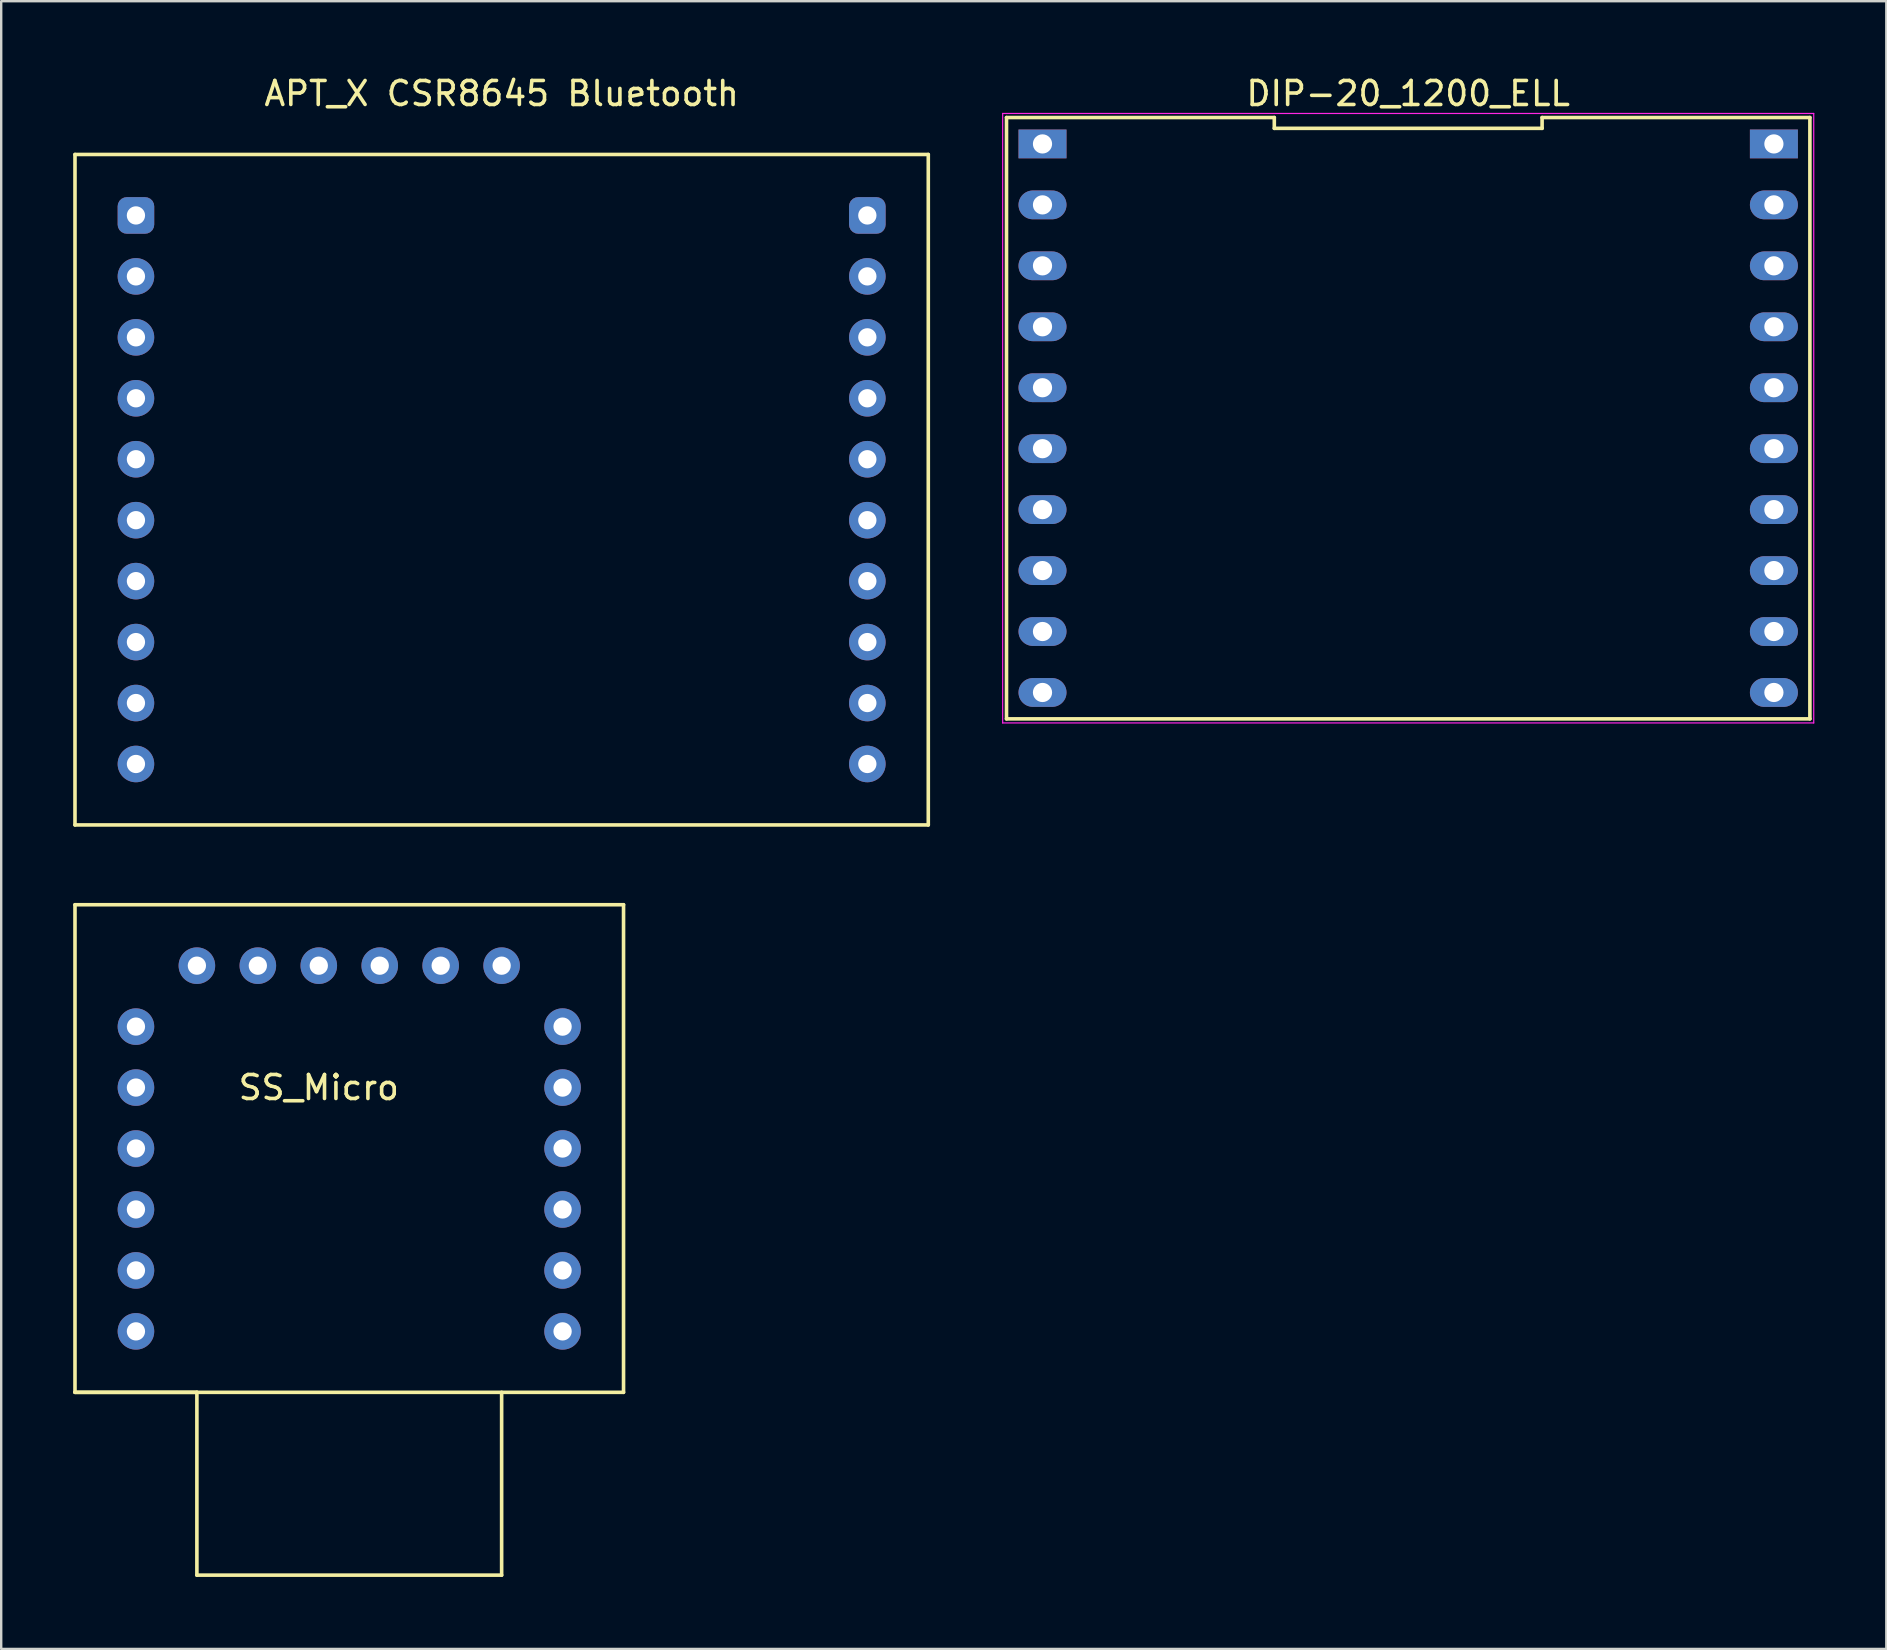
<source format=kicad_pcb>
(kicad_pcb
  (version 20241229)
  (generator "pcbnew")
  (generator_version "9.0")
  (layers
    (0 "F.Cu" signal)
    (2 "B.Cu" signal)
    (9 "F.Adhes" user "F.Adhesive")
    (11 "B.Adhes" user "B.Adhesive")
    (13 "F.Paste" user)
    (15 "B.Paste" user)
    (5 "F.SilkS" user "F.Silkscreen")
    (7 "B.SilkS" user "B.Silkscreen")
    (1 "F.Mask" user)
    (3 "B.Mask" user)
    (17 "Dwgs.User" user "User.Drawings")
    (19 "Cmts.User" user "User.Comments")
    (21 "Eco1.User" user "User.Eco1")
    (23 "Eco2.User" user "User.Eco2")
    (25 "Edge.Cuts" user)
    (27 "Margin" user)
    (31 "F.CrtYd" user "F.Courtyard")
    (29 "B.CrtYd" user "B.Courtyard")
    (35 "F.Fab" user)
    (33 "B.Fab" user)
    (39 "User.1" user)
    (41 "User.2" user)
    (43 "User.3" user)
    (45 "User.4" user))
  (footprint "DIP-20_1200_ELL"
    (layer "F.Cu")
    (at 55.635 14.378)
    (property "Reference" "DIP-20_1200_ELL" (at 0 -13.53 0) (layer "F.SilkS") (effects (font (size 1 1) (thickness 0.15))))
    (attr through_hole)
    (fp_line (start -16.74 -12.53) (end -16.74 12.53) (stroke (width 0.15) (type solid)) (layer "F.SilkS"))
    (fp_line (start -16.74 12.53) (end 16.74 12.53) (stroke (width 0.15) (type solid)) (layer "F.SilkS"))
    (fp_line (start -5.58 -12.53) (end -16.74 -12.53) (stroke (width 0.15) (type solid)) (layer "F.SilkS"))
    (fp_line (start -5.58 -12.08) (end -5.58 -12.53) (stroke (width 0.15) (type solid)) (layer "F.SilkS"))
    (fp_line (start 5.58 -12.53) (end 5.58 -12.08) (stroke (width 0.15) (type solid)) (layer "F.SilkS"))
    (fp_line (start 5.58 -12.08) (end -5.58 -12.08) (stroke (width 0.15) (type solid)) (layer "F.SilkS"))
    (fp_line (start 16.74 -12.53) (end 5.58 -12.53) (stroke (width 0.15) (type solid)) (layer "F.SilkS"))
    (fp_line (start 16.74 12.53) (end 16.74 -12.53) (stroke (width 0.15) (type solid)) (layer "F.SilkS"))
    (fp_line (start -16.9 -12.7) (end 16.9 -12.7) (stroke (width 0.05) (type solid)) (layer "F.CrtYd"))
    (fp_line (start -16.9 12.7) (end -16.9 -12.7) (stroke (width 0.05) (type solid)) (layer "F.CrtYd"))
    (fp_line (start 16.9 -12.7) (end 16.9 12.7) (stroke (width 0.05) (type solid)) (layer "F.CrtYd"))
    (fp_line (start 16.9 12.7) (end -16.9 12.7) (stroke (width 0.05) (type solid)) (layer "F.CrtYd"))
    (pad "1" thru_hole rect (at -15.24 -11.43 270) (size 1.2 2) (drill 0.8) (layers "*.Cu" "*.Mask"))
    (pad "2" thru_hole oval (at -15.24 -8.89 270) (size 1.2 2) (drill 0.8) (layers "*.Cu" "*.Mask"))
    (pad "3" thru_hole oval (at -15.24 -6.35 270) (size 1.2 2) (drill 0.8) (layers "*.Cu" "*.Mask"))
    (pad "4" thru_hole oval (at -15.24 -3.81 270) (size 1.2 2) (drill 0.8) (layers "*.Cu" "*.Mask"))
    (pad "5" thru_hole oval (at -15.24 -1.27 270) (size 1.2 2) (drill 0.8) (layers "*.Cu" "*.Mask"))
    (pad "6" thru_hole oval (at -15.24 1.27 270) (size 1.2 2) (drill 0.8) (layers "*.Cu" "*.Mask"))
    (pad "7" thru_hole oval (at -15.24 3.81 270) (size 1.2 2) (drill 0.8) (layers "*.Cu" "*.Mask"))
    (pad "8" thru_hole oval (at -15.24 6.35 270) (size 1.2 2) (drill 0.8) (layers "*.Cu" "*.Mask"))
    (pad "9" thru_hole oval (at -15.24 8.89 270) (size 1.2 2) (drill 0.8) (layers "*.Cu" "*.Mask"))
    (pad "10" thru_hole oval (at -15.24 11.43 270) (size 1.2 2) (drill 0.8) (layers "*.Cu" "*.Mask"))
    (pad "11" thru_hole oval (at 15.24 11.43 270) (size 1.2 2) (drill 0.8) (layers "*.Cu" "*.Mask"))
    (pad "12" thru_hole oval (at 15.24 8.89 270) (size 1.2 2) (drill 0.8) (layers "*.Cu" "*.Mask"))
    (pad "13" thru_hole oval (at 15.24 6.35 270) (size 1.2 2) (drill 0.8) (layers "*.Cu" "*.Mask"))
    (pad "14" thru_hole oval (at 15.24 3.81 270) (size 1.2 2) (drill 0.8) (layers "*.Cu" "*.Mask"))
    (pad "15" thru_hole oval (at 15.24 1.27 270) (size 1.2 2) (drill 0.8) (layers "*.Cu" "*.Mask"))
    (pad "16" thru_hole oval (at 15.24 -1.27 270) (size 1.2 2) (drill 0.8) (layers "*.Cu" "*.Mask"))
    (pad "17" thru_hole oval (at 15.24 -3.81 270) (size 1.2 2) (drill 0.8) (layers "*.Cu" "*.Mask"))
    (pad "18" thru_hole oval (at 15.24 -6.35 270) (size 1.2 2) (drill 0.8) (layers "*.Cu" "*.Mask"))
    (pad "19" thru_hole oval (at 15.24 -8.89 270) (size 1.2 2) (drill 0.8) (layers "*.Cu" "*.Mask"))
    (pad "20" thru_hole rect (at 15.24 -11.43 270) (size 1.2 2) (drill 0.8) (layers "*.Cu" "*.Mask")))
  (footprint "SS_Micro"
    (layer "F.Cu")
    (at 10.235 34.653)
    (property "Reference" "SS_Micro" (at 0 7.62 0) (layer "F.SilkS") (effects (font (size 1 1) (thickness 0.15))))
    (attr through_hole)
    (fp_line (start -10.16 0) (end 12.7 0) (stroke (width 0.15) (type solid)) (layer "F.SilkS"))
    (fp_line (start -10.16 20.32) (end -10.16 0) (stroke (width 0.15) (type solid)) (layer "F.SilkS"))
    (fp_line (start -10.16 20.32) (end -5.08 20.32) (stroke (width 0.15) (type solid)) (layer "F.SilkS"))
    (fp_line (start -5.08 20.32) (end -5.08 27.94) (stroke (width 0.15) (type solid)) (layer "F.SilkS"))
    (fp_line (start -5.08 27.94) (end 7.62 27.94) (stroke (width 0.15) (type solid)) (layer "F.SilkS"))
    (fp_line (start 7.62 27.94) (end 7.62 20.32) (stroke (width 0.15) (type solid)) (layer "F.SilkS"))
    (fp_line (start 12.7 0) (end 12.7 20.32) (stroke (width 0.15) (type solid)) (layer "F.SilkS"))
    (fp_line (start 12.7 20.32) (end -10.16 20.32) (stroke (width 0.15) (type solid)) (layer "F.SilkS"))
    (pad "1" thru_hole circle (at -7.62 17.78) (size 1.524 1.524) (drill 0.762) (layers "*.Cu" "*.Mask"))
    (pad "2" thru_hole circle (at -7.62 15.24) (size 1.524 1.524) (drill 0.762) (layers "*.Cu" "*.Mask"))
    (pad "3" thru_hole circle (at -7.62 12.7) (size 1.524 1.524) (drill 0.762) (layers "*.Cu" "*.Mask"))
    (pad "4" thru_hole circle (at -7.62 10.16) (size 1.524 1.524) (drill 0.762) (layers "*.Cu" "*.Mask"))
    (pad "5" thru_hole circle (at -7.62 7.62) (size 1.524 1.524) (drill 0.762) (layers "*.Cu" "*.Mask"))
    (pad "6" thru_hole circle (at -7.62 5.08) (size 1.524 1.524) (drill 0.762) (layers "*.Cu" "*.Mask"))
    (pad "7" thru_hole circle (at -5.08 2.54) (size 1.524 1.524) (drill 0.762) (layers "*.Cu" "*.Mask"))
    (pad "8" thru_hole circle (at -2.54 2.54) (size 1.524 1.524) (drill 0.762) (layers "*.Cu" "*.Mask"))
    (pad "9" thru_hole circle (at 0 2.54) (size 1.524 1.524) (drill 0.762) (layers "*.Cu" "*.Mask"))
    (pad "10" thru_hole circle (at 2.54 2.54) (size 1.524 1.524) (drill 0.762) (layers "*.Cu" "*.Mask"))
    (pad "11" thru_hole circle (at 5.08 2.54) (size 1.524 1.524) (drill 0.762) (layers "*.Cu" "*.Mask"))
    (pad "12" thru_hole circle (at 7.62 2.54) (size 1.524 1.524) (drill 0.762) (layers "*.Cu" "*.Mask"))
    (pad "13" thru_hole circle (at 10.16 5.08) (size 1.524 1.524) (drill 0.762) (layers "*.Cu" "*.Mask"))
    (pad "14" thru_hole circle (at 10.16 7.62) (size 1.524 1.524) (drill 0.762) (layers "*.Cu" "*.Mask"))
    (pad "15" thru_hole circle (at 10.16 10.16) (size 1.524 1.524) (drill 0.762) (layers "*.Cu" "*.Mask"))
    (pad "16" thru_hole circle (at 10.16 12.7) (size 1.524 1.524) (drill 0.762) (layers "*.Cu" "*.Mask"))
    (pad "17" thru_hole circle (at 10.16 15.24) (size 1.524 1.524) (drill 0.762) (layers "*.Cu" "*.Mask"))
    (pad "18" thru_hole circle (at 10.16 17.78) (size 1.524 1.524) (drill 0.762) (layers "*.Cu" "*.Mask")))
  (footprint "APT_X CSR8645 Bluetooth"
    (layer "F.Cu")
    (at 17.855 3.388)
    (property "Reference" "APT_X CSR8645 Bluetooth" (at 0 -2.54 0) (layer "F.SilkS") (effects (font (size 1 1) (thickness 0.15))))
    (attr through_hole)
    (fp_line (start -17.78 0) (end -17.78 27.94) (stroke (width 0.15) (type solid)) (layer "F.SilkS"))
    (fp_line (start -17.78 27.94) (end 17.78 27.94) (stroke (width 0.15) (type solid)) (layer "F.SilkS"))
    (fp_line (start 17.78 0) (end -17.78 0) (stroke (width 0.15) (type solid)) (layer "F.SilkS"))
    (fp_line (start 17.78 27.94) (end 17.78 0) (stroke (width 0.15) (type solid)) (layer "F.SilkS"))
    (pad "1" thru_hole roundrect (at -15.24 2.54) (size 1.524 1.524) (drill 0.762) (layers "*.Cu" "*.Mask") (roundrect_rratio 0.25))
    (pad "2" thru_hole circle (at -15.24 5.08) (size 1.524 1.524) (drill 0.762) (layers "*.Cu" "*.Mask"))
    (pad "3" thru_hole circle (at -15.24 7.62) (size 1.524 1.524) (drill 0.762) (layers "*.Cu" "*.Mask"))
    (pad "4" thru_hole circle (at -15.24 10.16) (size 1.524 1.524) (drill 0.762) (layers "*.Cu" "*.Mask"))
    (pad "5" thru_hole circle (at -15.24 12.7) (size 1.524 1.524) (drill 0.762) (layers "*.Cu" "*.Mask"))
    (pad "6" thru_hole circle (at -15.24 15.24) (size 1.524 1.524) (drill 0.762) (layers "*.Cu" "*.Mask"))
    (pad "7" thru_hole circle (at -15.24 17.78) (size 1.524 1.524) (drill 0.762) (layers "*.Cu" "*.Mask"))
    (pad "8" thru_hole circle (at -15.24 20.32) (size 1.524 1.524) (drill 0.762) (layers "*.Cu" "*.Mask"))
    (pad "9" thru_hole circle (at -15.24 22.86) (size 1.524 1.524) (drill 0.762) (layers "*.Cu" "*.Mask"))
    (pad "10" thru_hole circle (at -15.24 25.4) (size 1.524 1.524) (drill 0.762) (layers "*.Cu" "*.Mask"))
    (pad "11" thru_hole roundrect (at 15.24 2.54) (size 1.524 1.524) (drill 0.762) (layers "*.Cu" "*.Mask") (roundrect_rratio 0.25))
    (pad "12" thru_hole circle (at 15.24 5.08) (size 1.524 1.524) (drill 0.762) (layers "*.Cu" "*.Mask"))
    (pad "13" thru_hole circle (at 15.24 7.62) (size 1.524 1.524) (drill 0.762) (layers "*.Cu" "*.Mask"))
    (pad "14" thru_hole circle (at 15.24 10.16) (size 1.524 1.524) (drill 0.762) (layers "*.Cu" "*.Mask"))
    (pad "15" thru_hole circle (at 15.24 12.7) (size 1.524 1.524) (drill 0.762) (layers "*.Cu" "*.Mask"))
    (pad "16" thru_hole circle (at 15.24 15.24) (size 1.524 1.524) (drill 0.762) (layers "*.Cu" "*.Mask"))
    (pad "17" thru_hole circle (at 15.24 17.78) (size 1.524 1.524) (drill 0.762) (layers "*.Cu" "*.Mask"))
    (pad "18" thru_hole circle (at 15.24 20.32) (size 1.524 1.524) (drill 0.762) (layers "*.Cu" "*.Mask"))
    (pad "19" thru_hole circle (at 15.24 22.86) (size 1.524 1.524) (drill 0.762) (layers "*.Cu" "*.Mask"))
    (pad "20" thru_hole circle (at 15.24 25.4) (size 1.524 1.524) (drill 0.762) (layers "*.Cu" "*.Mask")))
  (gr_rect
    (start -3 -3)
    (end 75.56 65.668)
    (stroke (width 0.1) (type default))
    (fill no)
    (layer "Edge.Cuts")))
</source>
